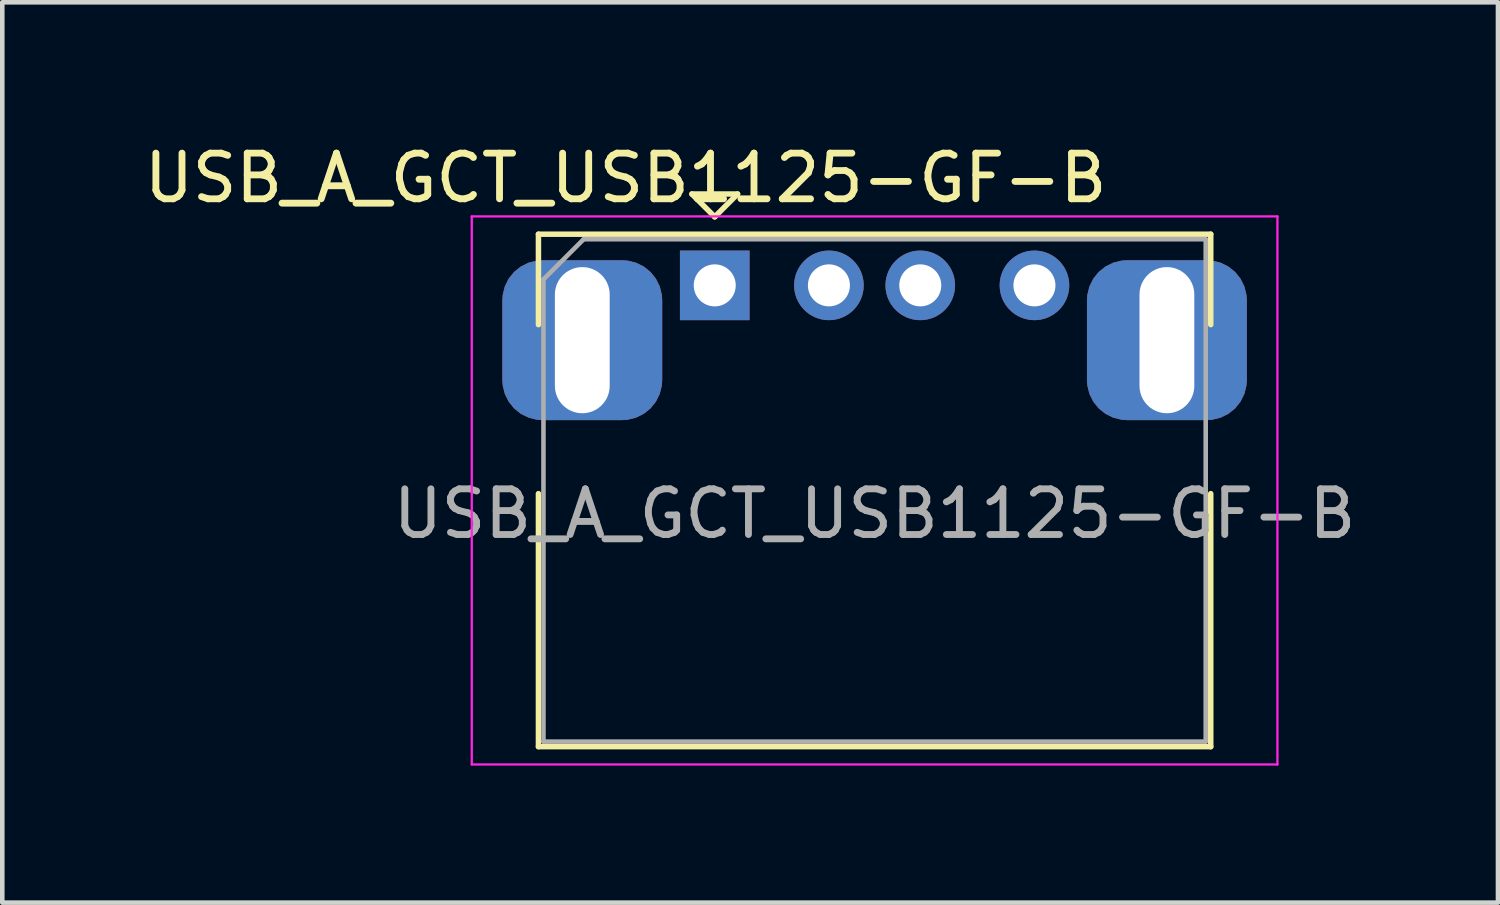
<source format=kicad_pcb>
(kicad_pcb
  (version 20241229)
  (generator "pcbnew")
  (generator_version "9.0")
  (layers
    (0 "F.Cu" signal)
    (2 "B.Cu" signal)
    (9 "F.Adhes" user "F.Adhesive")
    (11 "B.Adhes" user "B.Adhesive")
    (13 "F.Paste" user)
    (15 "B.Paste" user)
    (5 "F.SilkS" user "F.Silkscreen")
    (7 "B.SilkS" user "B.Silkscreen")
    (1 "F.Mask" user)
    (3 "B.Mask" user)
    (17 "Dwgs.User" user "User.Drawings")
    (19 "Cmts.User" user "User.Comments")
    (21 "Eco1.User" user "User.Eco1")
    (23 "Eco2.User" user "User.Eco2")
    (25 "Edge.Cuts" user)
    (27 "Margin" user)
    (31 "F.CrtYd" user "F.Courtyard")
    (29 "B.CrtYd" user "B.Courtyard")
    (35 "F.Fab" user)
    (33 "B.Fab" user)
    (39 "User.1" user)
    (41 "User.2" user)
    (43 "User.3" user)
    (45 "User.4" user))
  (footprint "USB_A_GCT_USB1125-GF-B"
    (layer "F.Cu")
    (at 12.599 3.198)
    (property "Reference" "USB_A_GCT_USB1125-GF-B" (at -1.95 -2.35 0) (layer "F.SilkS") (effects (font (size 1 1) (thickness 0.15))))
    (attr through_hole)
    (fp_line (start -3.86 -1.12) (end -3.86 0.86) (stroke (width 0.12) (type solid)) (layer "F.SilkS"))
    (fp_line (start -3.86 -1.12) (end 10.86 -1.12) (stroke (width 0.12) (type solid)) (layer "F.SilkS"))
    (fp_line (start -3.86 4.56) (end -3.86 10.1) (stroke (width 0.12) (type solid)) (layer "F.SilkS"))
    (fp_line (start -3.86 10.1) (end 10.86 10.1) (stroke (width 0.12) (type solid)) (layer "F.SilkS"))
    (fp_line (start -0.5 -2) (end 0 -1.5) (stroke (width 0.12) (type solid)) (layer "F.SilkS"))
    (fp_line (start 0 -1.5) (end 0.5 -2) (stroke (width 0.12) (type solid)) (layer "F.SilkS"))
    (fp_line (start 0.5 -2) (end -0.5 -2) (stroke (width 0.12) (type solid)) (layer "F.SilkS"))
    (fp_line (start 10.86 0.86) (end 10.86 -1.12) (stroke (width 0.12) (type solid)) (layer "F.SilkS"))
    (fp_line (start 10.86 4.56) (end 10.86 10.1) (stroke (width 0.12) (type solid)) (layer "F.SilkS"))
    (fp_line (start -5.32 -1.51) (end -5.32 10.49) (stroke (width 0.05) (type solid)) (layer "F.CrtYd"))
    (fp_line (start -5.32 -1.51) (end 12.32 -1.51) (stroke (width 0.05) (type solid)) (layer "F.CrtYd"))
    (fp_line (start 12.32 -1.51) (end 12.32 10.49) (stroke (width 0.05) (type solid)) (layer "F.CrtYd"))
    (fp_line (start 12.32 10.49) (end -5.32 10.49) (stroke (width 0.05) (type solid)) (layer "F.CrtYd"))
    (fp_line (start -3.75 -0.13) (end -3.75 9.99) (stroke (width 0.1) (type solid)) (layer "F.Fab"))
    (fp_line (start -3.75 9.99) (end 10.75 9.99) (stroke (width 0.1) (type solid)) (layer "F.Fab"))
    (fp_line (start -2.87 -1.01) (end -3.75 -0.13) (stroke (width 0.1) (type solid)) (layer "F.Fab"))
    (fp_line (start -2.87 -1.01) (end 10.75 -1.01) (stroke (width 0.1) (type solid)) (layer "F.Fab"))
    (fp_line (start 10.75 -1.01) (end 10.75 9.99) (stroke (width 0.1) (type solid)) (layer "F.Fab"))
    (fp_text user "${REFERENCE}" (at 3.5 5 0) (layer "F.Fab") (effects (font (size 1 1) (thickness 0.15))))
    (pad "1" thru_hole rect (at 0 0) (size 1.524 1.524) (drill 0.92) (layers "*.Cu" "*.Mask"))
    (pad "2" thru_hole circle (at 2.5 0) (size 1.524 1.524) (drill 0.92) (layers "*.Cu" "*.Mask"))
    (pad "3" thru_hole circle (at 4.5 0) (size 1.524 1.524) (drill 0.92) (layers "*.Cu" "*.Mask"))
    (pad "4" thru_hole circle (at 7 0) (size 1.524 1.524) (drill 0.92) (layers "*.Cu" "*.Mask"))
    (pad "5" thru_hole roundrect (at -2.9 1.2) (size 3.5 3.5) (drill oval 1.2 3.2) (layers "*.Cu" "*.Mask") (roundrect_rratio 0.25))
    (pad "5" thru_hole roundrect (at 9.9 1.2) (size 3.5 3.5) (drill oval 1.2 3.2) (layers "*.Cu" "*.Mask") (roundrect_rratio 0.25)))
  (gr_rect
    (start -3 -3)
    (end 29.748 16.713)
    (stroke (width 0.1) (type default))
    (fill no)
    (layer "Edge.Cuts")))
</source>
